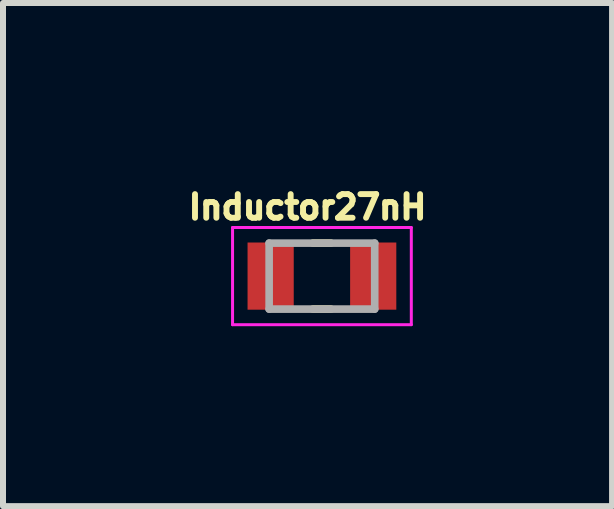
<source format=kicad_pcb>
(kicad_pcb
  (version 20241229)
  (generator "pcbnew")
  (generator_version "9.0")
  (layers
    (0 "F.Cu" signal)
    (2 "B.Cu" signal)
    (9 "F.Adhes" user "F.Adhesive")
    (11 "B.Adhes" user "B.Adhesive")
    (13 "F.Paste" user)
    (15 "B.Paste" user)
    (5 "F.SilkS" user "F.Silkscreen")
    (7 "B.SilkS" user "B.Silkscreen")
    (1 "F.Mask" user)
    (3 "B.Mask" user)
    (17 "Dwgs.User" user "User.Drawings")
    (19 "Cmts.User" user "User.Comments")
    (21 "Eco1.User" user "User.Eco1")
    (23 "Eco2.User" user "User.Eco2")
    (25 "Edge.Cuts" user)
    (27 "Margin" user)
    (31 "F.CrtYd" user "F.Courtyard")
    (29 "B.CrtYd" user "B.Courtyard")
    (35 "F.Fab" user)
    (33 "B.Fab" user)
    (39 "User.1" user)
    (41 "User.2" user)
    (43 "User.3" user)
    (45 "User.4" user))
  (footprint "Inductor27nH"
    (layer "F.Cu")
    (at 2.317 1.553)
    (property "Reference" "Inductor27nH" (at -0.24 -1.15 0) (layer "F.SilkS") (effects (font (size 0.394 0.394) (thickness 0.15))))
    (attr smd)
    (fp_line (start -0.15 -0.55) (end 0.15 -0.55) (stroke (width 0.127) (type solid)) (layer "F.SilkS"))
    (fp_line (start -0.15 0.55) (end 0.15 0.55) (stroke (width 0.127) (type solid)) (layer "F.SilkS"))
    (fp_line (start -1.49 -0.81) (end 1.49 -0.81) (stroke (width 0.05) (type solid)) (layer "F.CrtYd"))
    (fp_line (start -1.49 0.81) (end -1.49 -0.81) (stroke (width 0.05) (type solid)) (layer "F.CrtYd"))
    (fp_line (start -1.49 0.81) (end 1.49 0.81) (stroke (width 0.05) (type solid)) (layer "F.CrtYd"))
    (fp_line (start 1.49 0.81) (end 1.49 -0.81) (stroke (width 0.05) (type solid)) (layer "F.CrtYd"))
    (fp_line (start -0.88 0.55) (end -0.88 -0.55) (stroke (width 0.127) (type solid)) (layer "F.Fab"))
    (fp_line (start 0.88 -0.55) (end -0.88 -0.55) (stroke (width 0.127) (type solid)) (layer "F.Fab"))
    (fp_line (start 0.88 0.55) (end -0.88 0.55) (stroke (width 0.127) (type solid)) (layer "F.Fab"))
    (fp_line (start 0.88 0.55) (end 0.88 -0.55) (stroke (width 0.127) (type solid)) (layer "F.Fab"))
    (pad "1" smd rect (at -0.855 0) (size 0.77 1.12) (layers "F.Cu" "F.Mask" "F.Paste"))
    (pad "2" smd rect (at 0.855 0) (size 0.77 1.12) (layers "F.Cu" "F.Mask" "F.Paste")))
  (gr_rect
    (start -3 -3)
    (end 7.154 5.388)
    (stroke (width 0.1) (type default))
    (fill no)
    (layer "Edge.Cuts")))
</source>
